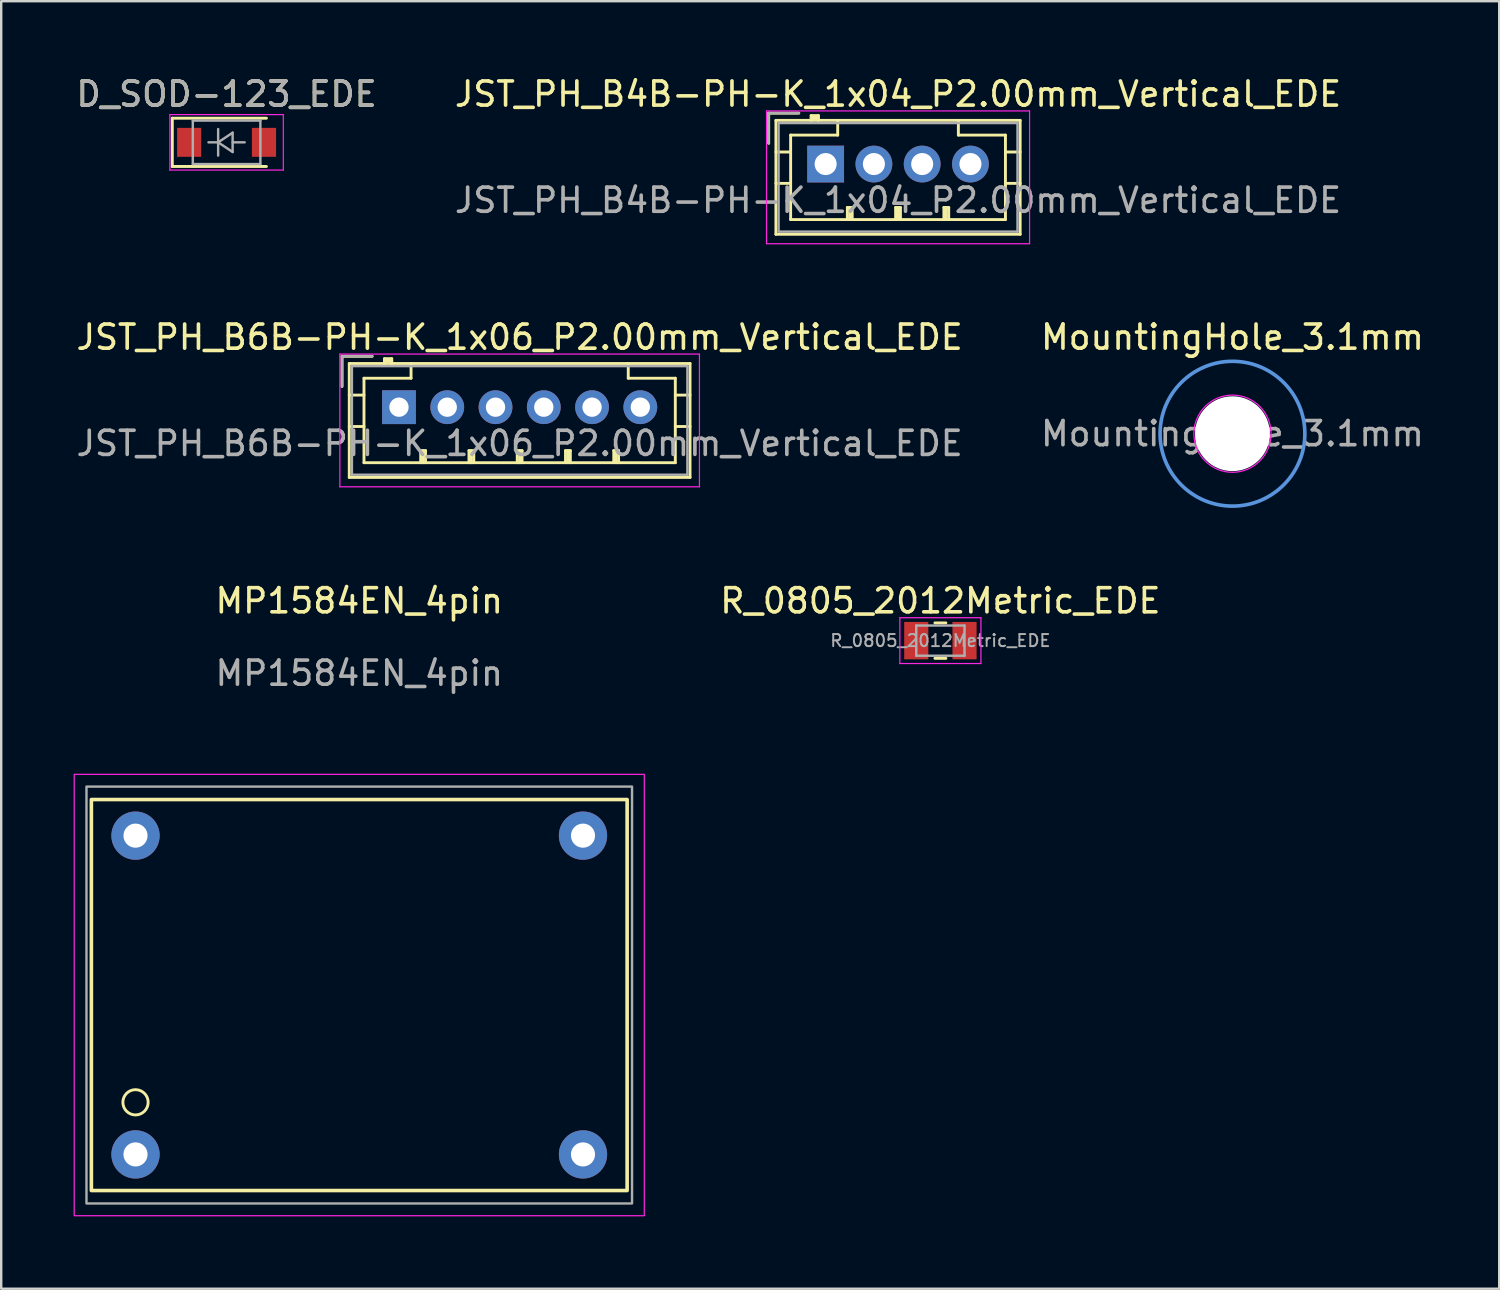
<source format=kicad_pcb>
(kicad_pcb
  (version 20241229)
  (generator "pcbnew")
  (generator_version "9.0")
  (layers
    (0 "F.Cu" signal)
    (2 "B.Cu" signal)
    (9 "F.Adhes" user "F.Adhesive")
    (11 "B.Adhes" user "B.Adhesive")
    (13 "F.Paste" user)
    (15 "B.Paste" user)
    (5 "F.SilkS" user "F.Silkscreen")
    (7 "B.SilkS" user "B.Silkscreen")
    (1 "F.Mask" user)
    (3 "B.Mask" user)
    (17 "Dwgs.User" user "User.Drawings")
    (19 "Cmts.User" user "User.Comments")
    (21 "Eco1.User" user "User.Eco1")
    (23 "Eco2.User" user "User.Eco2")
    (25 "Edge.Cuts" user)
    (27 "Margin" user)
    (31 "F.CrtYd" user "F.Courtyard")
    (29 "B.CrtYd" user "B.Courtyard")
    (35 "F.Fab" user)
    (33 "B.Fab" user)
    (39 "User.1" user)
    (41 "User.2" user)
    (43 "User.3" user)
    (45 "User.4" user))
  (footprint "R_0805_2012Metric_EDE"
    (layer "F.Cu")
    (at 35.916 23.495)
    (property "Reference" "R_0805_2012Metric_EDE" (at 0 -1.65 0) (layer "F.SilkS") (effects (font (size 1 1) (thickness 0.15))))
    (attr smd)
    (fp_line (start -0.227 -0.735) (end 0.227 -0.735) (stroke (width 0.12) (type solid)) (layer "F.SilkS"))
    (fp_line (start -0.227 0.735) (end 0.227 0.735) (stroke (width 0.12) (type solid)) (layer "F.SilkS"))
    (fp_line (start -1.68 -0.95) (end 1.68 -0.95) (stroke (width 0.05) (type solid)) (layer "F.CrtYd"))
    (fp_line (start -1.68 0.95) (end -1.68 -0.95) (stroke (width 0.05) (type solid)) (layer "F.CrtYd"))
    (fp_line (start 1.68 -0.95) (end 1.68 0.95) (stroke (width 0.05) (type solid)) (layer "F.CrtYd"))
    (fp_line (start 1.68 0.95) (end -1.68 0.95) (stroke (width 0.05) (type solid)) (layer "F.CrtYd"))
    (fp_line (start -1 -0.625) (end 1 -0.625) (stroke (width 0.1) (type solid)) (layer "F.Fab"))
    (fp_line (start -1 0.625) (end -1 -0.625) (stroke (width 0.1) (type solid)) (layer "F.Fab"))
    (fp_line (start 1 -0.625) (end 1 0.625) (stroke (width 0.1) (type solid)) (layer "F.Fab"))
    (fp_line (start 1 0.625) (end -1 0.625) (stroke (width 0.1) (type solid)) (layer "F.Fab"))
    (fp_text user "${REFERENCE}" (at 0 0 0) (layer "F.Fab") (effects (font (size 0.5 0.5) (thickness 0.08))))
    (pad "1" smd rect (at -1 0) (size 1 1.55) (layers "F.Cu" "F.Mask" "F.Paste"))
    (pad "2" smd rect (at 1 0) (size 1 1.55) (layers "F.Cu" "F.Mask" "F.Paste")))
  (footprint "MountingHole_3.1mm"
    (layer "F.Cu")
    (at 48.018 14.921)
    (property "Reference" "MountingHole_3.1mm" (at 0 -4 0) (layer "F.SilkS") (effects (font (size 1 1) (thickness 0.15))))
    (attr exclude_from_pos_files exclude_from_bom)
    (fp_circle (center 0 0) (end 3 0) (stroke (width 0.15) (type solid)) (fill no) (layer "Cmts.User"))
    (fp_circle (center 0 0) (end 1.6 0) (stroke (width 0.05) (type solid)) (fill no) (layer "F.CrtYd"))
    (fp_text user "${REFERENCE}" (at 0 0 0) (layer "F.Fab") (effects (font (size 1 1) (thickness 0.15))))
    (pad "" np_thru_hole circle (at 0 0) (size 3.1 3.1) (drill 3.1) (layers "*.Cu" "*.Mask")))
  (footprint "MP1584EN_4pin"
    (layer "F.Cu")
    (at 11.836 38.18)
    (property "Reference" "MP1584EN_4pin" (at 0 -16.335 0) (unlocked yes) (layer "F.SilkS") (effects (font (size 1 1) (thickness 0.15))))
    (attr through_hole)
    (fp_rect (start -11.1 -8.1) (end 11.1 8.1) (stroke (width 0.15) (type solid)) (fill no) (layer "F.SilkS"))
    (fp_circle (center -9.271 4.445) (end -8.763 4.318) (stroke (width 0.12) (type solid)) (fill no) (layer "F.SilkS"))
    (fp_rect (start -11.811 -9.144) (end 11.811 9.144) (stroke (width 0.05) (type solid)) (fill no) (layer "F.CrtYd"))
    (fp_rect (start -11.303 -8.636) (end 11.303 8.636) (stroke (width 0.1) (type solid)) (fill no) (layer "F.Fab"))
    (fp_text user "${REFERENCE}" (at 0 -13.335 0) (unlocked yes) (layer "F.Fab") (effects (font (size 1 1) (thickness 0.15))))
    (pad "1" thru_hole circle (at -9.271 6.604) (size 2 2) (drill 1) (layers "*.Cu" "*.Mask"))
    (pad "2" thru_hole circle (at -9.271 -6.604) (size 2 2) (drill 1) (layers "*.Cu" "*.Mask"))
    (pad "3" thru_hole circle (at 9.271 6.604) (size 2 2) (drill 1) (layers "*.Cu" "*.Mask"))
    (pad "4" thru_hole circle (at 9.271 -6.604) (size 2 2) (drill 1) (layers "*.Cu" "*.Mask")))
  (footprint "D_SOD-123_EDE"
    (layer "F.Cu")
    (at 6.339 2.848)
    (property "Reference" "D_SOD-123_EDE" (at 0 -2 0) (layer "F.SilkS") (effects (font (size 1 1) (thickness 0.15))))
    (attr smd)
    (fp_line (start -2.25 -1) (end -2.25 1) (stroke (width 0.12) (type solid)) (layer "F.SilkS"))
    (fp_line (start -2.25 -1) (end 1.65 -1) (stroke (width 0.12) (type solid)) (layer "F.SilkS"))
    (fp_line (start -2.25 1) (end 1.65 1) (stroke (width 0.12) (type solid)) (layer "F.SilkS"))
    (fp_line (start -2.35 -1.15) (end -2.35 1.15) (stroke (width 0.05) (type solid)) (layer "F.CrtYd"))
    (fp_line (start -2.35 -1.15) (end 2.35 -1.15) (stroke (width 0.05) (type solid)) (layer "F.CrtYd"))
    (fp_line (start 2.35 -1.15) (end 2.35 1.15) (stroke (width 0.05) (type solid)) (layer "F.CrtYd"))
    (fp_line (start 2.35 1.15) (end -2.35 1.15) (stroke (width 0.05) (type solid)) (layer "F.CrtYd"))
    (fp_line (start -1.4 -0.9) (end 1.4 -0.9) (stroke (width 0.1) (type solid)) (layer "F.Fab"))
    (fp_line (start -1.4 0.9) (end -1.4 -0.9) (stroke (width 0.1) (type solid)) (layer "F.Fab"))
    (fp_line (start -0.75 0) (end -0.35 0) (stroke (width 0.1) (type solid)) (layer "F.Fab"))
    (fp_line (start -0.35 0) (end -0.35 -0.55) (stroke (width 0.1) (type solid)) (layer "F.Fab"))
    (fp_line (start -0.35 0) (end -0.35 0.55) (stroke (width 0.1) (type solid)) (layer "F.Fab"))
    (fp_line (start -0.35 0) (end 0.25 -0.4) (stroke (width 0.1) (type solid)) (layer "F.Fab"))
    (fp_line (start 0.25 -0.4) (end 0.25 0.4) (stroke (width 0.1) (type solid)) (layer "F.Fab"))
    (fp_line (start 0.25 0) (end 0.75 0) (stroke (width 0.1) (type solid)) (layer "F.Fab"))
    (fp_line (start 0.25 0.4) (end -0.35 0) (stroke (width 0.1) (type solid)) (layer "F.Fab"))
    (fp_line (start 1.4 -0.9) (end 1.4 0.9) (stroke (width 0.1) (type solid)) (layer "F.Fab"))
    (fp_line (start 1.4 0.9) (end -1.4 0.9) (stroke (width 0.1) (type solid)) (layer "F.Fab"))
    (fp_text user "${REFERENCE}" (at 0 -2 0) (layer "F.Fab") (effects (font (size 1 1) (thickness 0.15))))
    (pad "1" smd rect (at -1.55 0) (size 1 1.2) (layers "F.Cu" "F.Mask" "F.Paste"))
    (pad "2" smd rect (at 1.55 0) (size 1 1.2) (layers "F.Cu" "F.Mask" "F.Paste")))
  (footprint "JST_PH_B6B-PH-K_1x06_P2.00mm_Vertical_EDE"
    (layer "F.Cu")
    (at 13.482 13.822)
    (property "Reference" "JST_PH_B6B-PH-K_1x06_P2.00mm_Vertical_EDE" (at 5 -2.9 0) (layer "F.SilkS") (effects (font (size 1 1) (thickness 0.15))))
    (attr through_hole)
    (fp_line (start -2.36 -2.11) (end -2.36 -0.86) (stroke (width 0.12) (type solid)) (layer "F.SilkS"))
    (fp_line (start -2.06 -1.81) (end -2.06 2.91) (stroke (width 0.12) (type solid)) (layer "F.SilkS"))
    (fp_line (start -2.06 -0.5) (end -1.45 -0.5) (stroke (width 0.12) (type solid)) (layer "F.SilkS"))
    (fp_line (start -2.06 0.8) (end -1.45 0.8) (stroke (width 0.12) (type solid)) (layer "F.SilkS"))
    (fp_line (start -2.06 2.91) (end 12.06 2.91) (stroke (width 0.12) (type solid)) (layer "F.SilkS"))
    (fp_line (start -1.45 -1.2) (end -1.45 2.3) (stroke (width 0.12) (type solid)) (layer "F.SilkS"))
    (fp_line (start -1.45 2.3) (end 11.45 2.3) (stroke (width 0.12) (type solid)) (layer "F.SilkS"))
    (fp_line (start -1.11 -2.11) (end -2.36 -2.11) (stroke (width 0.12) (type solid)) (layer "F.SilkS"))
    (fp_line (start -0.6 -2.01) (end -0.6 -1.81) (stroke (width 0.12) (type solid)) (layer "F.SilkS"))
    (fp_line (start -0.3 -2.01) (end -0.6 -2.01) (stroke (width 0.12) (type solid)) (layer "F.SilkS"))
    (fp_line (start -0.3 -1.91) (end -0.6 -1.91) (stroke (width 0.12) (type solid)) (layer "F.SilkS"))
    (fp_line (start -0.3 -1.81) (end -0.3 -2.01) (stroke (width 0.12) (type solid)) (layer "F.SilkS"))
    (fp_line (start 0.5 -1.81) (end 0.5 -1.2) (stroke (width 0.12) (type solid)) (layer "F.SilkS"))
    (fp_line (start 0.5 -1.2) (end -1.45 -1.2) (stroke (width 0.12) (type solid)) (layer "F.SilkS"))
    (fp_line (start 0.9 1.8) (end 1.1 1.8) (stroke (width 0.12) (type solid)) (layer "F.SilkS"))
    (fp_line (start 0.9 2.3) (end 0.9 1.8) (stroke (width 0.12) (type solid)) (layer "F.SilkS"))
    (fp_line (start 1 2.3) (end 1 1.8) (stroke (width 0.12) (type solid)) (layer "F.SilkS"))
    (fp_line (start 1.1 1.8) (end 1.1 2.3) (stroke (width 0.12) (type solid)) (layer "F.SilkS"))
    (fp_line (start 2.9 1.8) (end 3.1 1.8) (stroke (width 0.12) (type solid)) (layer "F.SilkS"))
    (fp_line (start 2.9 2.3) (end 2.9 1.8) (stroke (width 0.12) (type solid)) (layer "F.SilkS"))
    (fp_line (start 3 2.3) (end 3 1.8) (stroke (width 0.12) (type solid)) (layer "F.SilkS"))
    (fp_line (start 3.1 1.8) (end 3.1 2.3) (stroke (width 0.12) (type solid)) (layer "F.SilkS"))
    (fp_line (start 4.9 1.8) (end 5.1 1.8) (stroke (width 0.12) (type solid)) (layer "F.SilkS"))
    (fp_line (start 4.9 2.3) (end 4.9 1.8) (stroke (width 0.12) (type solid)) (layer "F.SilkS"))
    (fp_line (start 5 2.3) (end 5 1.8) (stroke (width 0.12) (type solid)) (layer "F.SilkS"))
    (fp_line (start 5.1 1.8) (end 5.1 2.3) (stroke (width 0.12) (type solid)) (layer "F.SilkS"))
    (fp_line (start 6.9 1.8) (end 7.1 1.8) (stroke (width 0.12) (type solid)) (layer "F.SilkS"))
    (fp_line (start 6.9 2.3) (end 6.9 1.8) (stroke (width 0.12) (type solid)) (layer "F.SilkS"))
    (fp_line (start 7 2.3) (end 7 1.8) (stroke (width 0.12) (type solid)) (layer "F.SilkS"))
    (fp_line (start 7.1 1.8) (end 7.1 2.3) (stroke (width 0.12) (type solid)) (layer "F.SilkS"))
    (fp_line (start 8.9 1.8) (end 9.1 1.8) (stroke (width 0.12) (type solid)) (layer "F.SilkS"))
    (fp_line (start 8.9 2.3) (end 8.9 1.8) (stroke (width 0.12) (type solid)) (layer "F.SilkS"))
    (fp_line (start 9 2.3) (end 9 1.8) (stroke (width 0.12) (type solid)) (layer "F.SilkS"))
    (fp_line (start 9.1 1.8) (end 9.1 2.3) (stroke (width 0.12) (type solid)) (layer "F.SilkS"))
    (fp_line (start 9.5 -1.2) (end 9.5 -1.81) (stroke (width 0.12) (type solid)) (layer "F.SilkS"))
    (fp_line (start 11.45 -1.2) (end 9.5 -1.2) (stroke (width 0.12) (type solid)) (layer "F.SilkS"))
    (fp_line (start 11.45 2.3) (end 11.45 -1.2) (stroke (width 0.12) (type solid)) (layer "F.SilkS"))
    (fp_line (start 12.06 -1.81) (end -2.06 -1.81) (stroke (width 0.12) (type solid)) (layer "F.SilkS"))
    (fp_line (start 12.06 -0.5) (end 11.45 -0.5) (stroke (width 0.12) (type solid)) (layer "F.SilkS"))
    (fp_line (start 12.06 0.8) (end 11.45 0.8) (stroke (width 0.12) (type solid)) (layer "F.SilkS"))
    (fp_line (start 12.06 2.91) (end 12.06 -1.81) (stroke (width 0.12) (type solid)) (layer "F.SilkS"))
    (fp_line (start -2.45 -2.2) (end -2.45 3.3) (stroke (width 0.05) (type solid)) (layer "F.CrtYd"))
    (fp_line (start -2.45 3.3) (end 12.45 3.3) (stroke (width 0.05) (type solid)) (layer "F.CrtYd"))
    (fp_line (start 12.45 -2.2) (end -2.45 -2.2) (stroke (width 0.05) (type solid)) (layer "F.CrtYd"))
    (fp_line (start 12.45 3.3) (end 12.45 -2.2) (stroke (width 0.05) (type solid)) (layer "F.CrtYd"))
    (fp_line (start -2.36 -2.11) (end -2.36 -0.86) (stroke (width 0.1) (type solid)) (layer "F.Fab"))
    (fp_line (start -1.95 -1.7) (end -1.95 2.8) (stroke (width 0.1) (type solid)) (layer "F.Fab"))
    (fp_line (start -1.95 2.8) (end 11.95 2.8) (stroke (width 0.1) (type solid)) (layer "F.Fab"))
    (fp_line (start -1.11 -2.11) (end -2.36 -2.11) (stroke (width 0.1) (type solid)) (layer "F.Fab"))
    (fp_line (start 11.95 -1.7) (end -1.95 -1.7) (stroke (width 0.1) (type solid)) (layer "F.Fab"))
    (fp_line (start 11.95 2.8) (end 11.95 -1.7) (stroke (width 0.1) (type solid)) (layer "F.Fab"))
    (fp_text user "${REFERENCE}" (at 5 1.5 0) (layer "F.Fab") (effects (font (size 1 1) (thickness 0.15))))
    (pad "1" thru_hole rect (at 0 0) (size 1.4 1.4) (drill 0.8) (layers "*.Cu" "*.Mask"))
    (pad "2" thru_hole circle (at 2 0) (size 1.4 1.4) (drill 0.8) (layers "*.Cu" "*.Mask"))
    (pad "3" thru_hole circle (at 4 0) (size 1.4 1.4) (drill 0.8) (layers "*.Cu" "*.Mask"))
    (pad "4" thru_hole circle (at 6 0) (size 1.4 1.4) (drill 0.8) (layers "*.Cu" "*.Mask"))
    (pad "5" thru_hole circle (at 8 0) (size 1.4 1.4) (drill 0.8) (layers "*.Cu" "*.Mask"))
    (pad "6" thru_hole circle (at 10 0) (size 1.4 1.4) (drill 0.8) (layers "*.Cu" "*.Mask")))
  (footprint "JST_PH_B4B-PH-K_1x04_P2.00mm_Vertical_EDE"
    (layer "F.Cu")
    (at 31.161 3.748)
    (property "Reference" "JST_PH_B4B-PH-K_1x04_P2.00mm_Vertical_EDE" (at 3 -2.9 0) (layer "F.SilkS") (effects (font (size 1 1) (thickness 0.15))))
    (attr through_hole)
    (fp_line (start -2.36 -2.11) (end -2.36 -0.86) (stroke (width 0.12) (type solid)) (layer "F.SilkS"))
    (fp_line (start -2.06 -1.81) (end -2.06 2.91) (stroke (width 0.12) (type solid)) (layer "F.SilkS"))
    (fp_line (start -2.06 -0.5) (end -1.45 -0.5) (stroke (width 0.12) (type solid)) (layer "F.SilkS"))
    (fp_line (start -2.06 0.8) (end -1.45 0.8) (stroke (width 0.12) (type solid)) (layer "F.SilkS"))
    (fp_line (start -2.06 2.91) (end 8.06 2.91) (stroke (width 0.12) (type solid)) (layer "F.SilkS"))
    (fp_line (start -1.45 -1.2) (end -1.45 2.3) (stroke (width 0.12) (type solid)) (layer "F.SilkS"))
    (fp_line (start -1.45 2.3) (end 7.45 2.3) (stroke (width 0.12) (type solid)) (layer "F.SilkS"))
    (fp_line (start -1.11 -2.11) (end -2.36 -2.11) (stroke (width 0.12) (type solid)) (layer "F.SilkS"))
    (fp_line (start -0.6 -2.01) (end -0.6 -1.81) (stroke (width 0.12) (type solid)) (layer "F.SilkS"))
    (fp_line (start -0.3 -2.01) (end -0.6 -2.01) (stroke (width 0.12) (type solid)) (layer "F.SilkS"))
    (fp_line (start -0.3 -1.91) (end -0.6 -1.91) (stroke (width 0.12) (type solid)) (layer "F.SilkS"))
    (fp_line (start -0.3 -1.81) (end -0.3 -2.01) (stroke (width 0.12) (type solid)) (layer "F.SilkS"))
    (fp_line (start 0.5 -1.81) (end 0.5 -1.2) (stroke (width 0.12) (type solid)) (layer "F.SilkS"))
    (fp_line (start 0.5 -1.2) (end -1.45 -1.2) (stroke (width 0.12) (type solid)) (layer "F.SilkS"))
    (fp_line (start 0.9 1.8) (end 1.1 1.8) (stroke (width 0.12) (type solid)) (layer "F.SilkS"))
    (fp_line (start 0.9 2.3) (end 0.9 1.8) (stroke (width 0.12) (type solid)) (layer "F.SilkS"))
    (fp_line (start 1 2.3) (end 1 1.8) (stroke (width 0.12) (type solid)) (layer "F.SilkS"))
    (fp_line (start 1.1 1.8) (end 1.1 2.3) (stroke (width 0.12) (type solid)) (layer "F.SilkS"))
    (fp_line (start 2.9 1.8) (end 3.1 1.8) (stroke (width 0.12) (type solid)) (layer "F.SilkS"))
    (fp_line (start 2.9 2.3) (end 2.9 1.8) (stroke (width 0.12) (type solid)) (layer "F.SilkS"))
    (fp_line (start 3 2.3) (end 3 1.8) (stroke (width 0.12) (type solid)) (layer "F.SilkS"))
    (fp_line (start 3.1 1.8) (end 3.1 2.3) (stroke (width 0.12) (type solid)) (layer "F.SilkS"))
    (fp_line (start 4.9 1.8) (end 5.1 1.8) (stroke (width 0.12) (type solid)) (layer "F.SilkS"))
    (fp_line (start 4.9 2.3) (end 4.9 1.8) (stroke (width 0.12) (type solid)) (layer "F.SilkS"))
    (fp_line (start 5 2.3) (end 5 1.8) (stroke (width 0.12) (type solid)) (layer "F.SilkS"))
    (fp_line (start 5.1 1.8) (end 5.1 2.3) (stroke (width 0.12) (type solid)) (layer "F.SilkS"))
    (fp_line (start 5.5 -1.2) (end 5.5 -1.81) (stroke (width 0.12) (type solid)) (layer "F.SilkS"))
    (fp_line (start 7.45 -1.2) (end 5.5 -1.2) (stroke (width 0.12) (type solid)) (layer "F.SilkS"))
    (fp_line (start 7.45 2.3) (end 7.45 -1.2) (stroke (width 0.12) (type solid)) (layer "F.SilkS"))
    (fp_line (start 8.06 -1.81) (end -2.06 -1.81) (stroke (width 0.12) (type solid)) (layer "F.SilkS"))
    (fp_line (start 8.06 -0.5) (end 7.45 -0.5) (stroke (width 0.12) (type solid)) (layer "F.SilkS"))
    (fp_line (start 8.06 0.8) (end 7.45 0.8) (stroke (width 0.12) (type solid)) (layer "F.SilkS"))
    (fp_line (start 8.06 2.91) (end 8.06 -1.81) (stroke (width 0.12) (type solid)) (layer "F.SilkS"))
    (fp_line (start -2.45 -2.2) (end -2.45 3.3) (stroke (width 0.05) (type solid)) (layer "F.CrtYd"))
    (fp_line (start -2.45 3.3) (end 8.45 3.3) (stroke (width 0.05) (type solid)) (layer "F.CrtYd"))
    (fp_line (start 8.45 -2.2) (end -2.45 -2.2) (stroke (width 0.05) (type solid)) (layer "F.CrtYd"))
    (fp_line (start 8.45 3.3) (end 8.45 -2.2) (stroke (width 0.05) (type solid)) (layer "F.CrtYd"))
    (fp_line (start -2.36 -2.11) (end -2.36 -0.86) (stroke (width 0.1) (type solid)) (layer "F.Fab"))
    (fp_line (start -1.95 -1.7) (end -1.95 2.8) (stroke (width 0.1) (type solid)) (layer "F.Fab"))
    (fp_line (start -1.95 2.8) (end 7.95 2.8) (stroke (width 0.1) (type solid)) (layer "F.Fab"))
    (fp_line (start -1.11 -2.11) (end -2.36 -2.11) (stroke (width 0.1) (type solid)) (layer "F.Fab"))
    (fp_line (start 7.95 -1.7) (end -1.95 -1.7) (stroke (width 0.1) (type solid)) (layer "F.Fab"))
    (fp_line (start 7.95 2.8) (end 7.95 -1.7) (stroke (width 0.1) (type solid)) (layer "F.Fab"))
    (fp_text user "${REFERENCE}" (at 3 1.5 0) (layer "F.Fab") (effects (font (size 1 1) (thickness 0.15))))
    (pad "1" thru_hole rect (at 0 0) (size 1.524 1.524) (drill 0.914) (layers "*.Cu" "*.Mask"))
    (pad "2" thru_hole circle (at 2 0) (size 1.524 1.524) (drill 0.914) (layers "*.Cu" "*.Mask"))
    (pad "3" thru_hole circle (at 4 0) (size 1.524 1.524) (drill 0.914) (layers "*.Cu" "*.Mask"))
    (pad "4" thru_hole circle (at 6 0) (size 1.524 1.524) (drill 0.914) (layers "*.Cu" "*.Mask")))
  (gr_rect
    (start -3 -3)
    (end 59.071 50.349)
    (stroke (width 0.1) (type default))
    (fill no)
    (layer "Edge.Cuts")))
</source>
